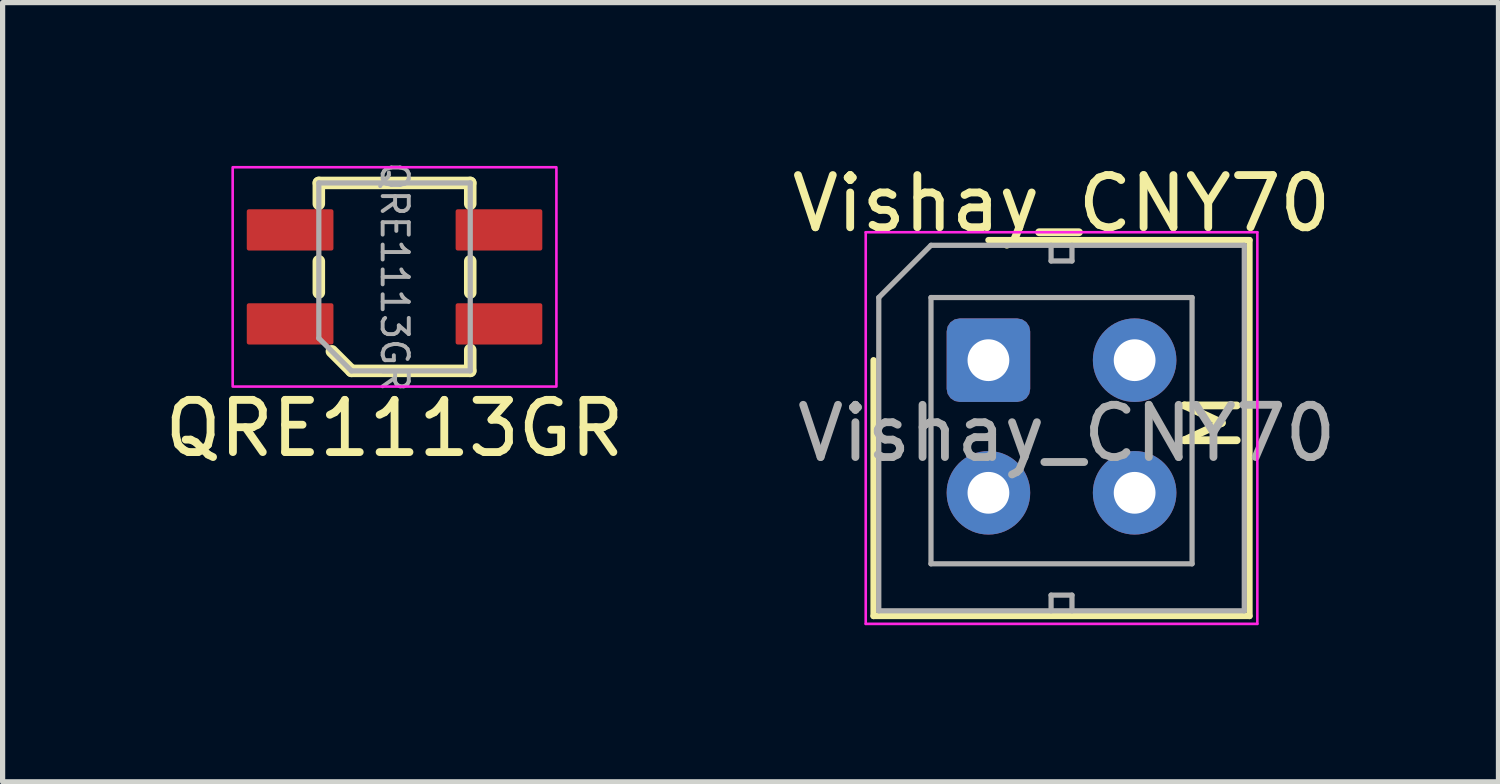
<source format=kicad_pcb>
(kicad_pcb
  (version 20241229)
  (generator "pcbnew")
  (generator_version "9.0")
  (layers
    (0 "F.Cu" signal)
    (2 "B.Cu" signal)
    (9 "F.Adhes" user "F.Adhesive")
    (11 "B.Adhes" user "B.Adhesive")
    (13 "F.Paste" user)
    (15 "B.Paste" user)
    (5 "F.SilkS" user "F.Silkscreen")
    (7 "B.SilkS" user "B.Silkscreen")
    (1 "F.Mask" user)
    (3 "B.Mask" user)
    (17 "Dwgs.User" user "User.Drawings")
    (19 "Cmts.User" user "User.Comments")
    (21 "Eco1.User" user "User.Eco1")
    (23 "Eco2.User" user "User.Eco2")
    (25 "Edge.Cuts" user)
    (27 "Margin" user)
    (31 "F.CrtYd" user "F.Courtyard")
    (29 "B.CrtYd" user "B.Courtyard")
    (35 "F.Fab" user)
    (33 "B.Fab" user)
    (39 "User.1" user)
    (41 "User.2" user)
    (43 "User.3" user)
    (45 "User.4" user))
  (footprint "Vishay_CNY70"
    (layer "F.Cu")
    (at 15.88 3.848)
    (property "Reference" "Vishay_CNY70" (at 1.4 -3 0) (layer "F.SilkS") (effects (font (size 1 1) (thickness 0.15))))
    (attr through_hole)
    (fp_line (start -2.2 0) (end -2.2 4.9) (stroke (width 0.12) (type solid)) (layer "F.SilkS"))
    (fp_line (start -2.2 4.9) (end 5 4.9) (stroke (width 0.12) (type solid)) (layer "F.SilkS"))
    (fp_line (start 5 -2.3) (end 0 -2.3) (stroke (width 0.12) (type solid)) (layer "F.SilkS"))
    (fp_line (start 5 4.9) (end 5 -2.3) (stroke (width 0.12) (type solid)) (layer "F.SilkS"))
    (fp_line (start -2.35 -2.45) (end -2.35 5.05) (stroke (width 0.05) (type solid)) (layer "F.CrtYd"))
    (fp_line (start -2.35 -2.45) (end 5.15 -2.45) (stroke (width 0.05) (type solid)) (layer "F.CrtYd"))
    (fp_line (start 5.15 5.05) (end -2.35 5.05) (stroke (width 0.05) (type solid)) (layer "F.CrtYd"))
    (fp_line (start 5.15 5.05) (end 5.15 -2.45) (stroke (width 0.05) (type solid)) (layer "F.CrtYd"))
    (fp_line (start -2.1 -1.2) (end -1.1 -2.2) (stroke (width 0.1) (type solid)) (layer "F.Fab"))
    (fp_line (start -2.1 4.8) (end -2.1 -1.2) (stroke (width 0.1) (type solid)) (layer "F.Fab"))
    (fp_line (start -1.1 -2.2) (end 4.9 -2.2) (stroke (width 0.1) (type solid)) (layer "F.Fab"))
    (fp_line (start -1.1 -1.2) (end -1.1 3.9) (stroke (width 0.1) (type solid)) (layer "F.Fab"))
    (fp_line (start -1.1 3.9) (end 3.9 3.9) (stroke (width 0.1) (type solid)) (layer "F.Fab"))
    (fp_line (start 1.2 -2.2) (end 1.2 -1.9) (stroke (width 0.1) (type solid)) (layer "F.Fab"))
    (fp_line (start 1.2 -1.9) (end 1.6 -1.9) (stroke (width 0.1) (type solid)) (layer "F.Fab"))
    (fp_line (start 1.2 4.5) (end 1.2 4.8) (stroke (width 0.1) (type solid)) (layer "F.Fab"))
    (fp_line (start 1.6 -1.9) (end 1.6 -2.2) (stroke (width 0.1) (type solid)) (layer "F.Fab"))
    (fp_line (start 1.6 4.5) (end 1.2 4.5) (stroke (width 0.1) (type solid)) (layer "F.Fab"))
    (fp_line (start 1.6 4.8) (end 1.6 4.5) (stroke (width 0.1) (type solid)) (layer "F.Fab"))
    (fp_line (start 3.9 -1.2) (end -1.1 -1.2) (stroke (width 0.1) (type solid)) (layer "F.Fab"))
    (fp_line (start 3.9 3.9) (end 3.9 -1.2) (stroke (width 0.1) (type solid)) (layer "F.Fab"))
    (fp_line (start 4.9 -2.2) (end 4.9 4.8) (stroke (width 0.1) (type solid)) (layer "F.Fab"))
    (fp_line (start 4.9 4.8) (end -2.1 4.8) (stroke (width 0.1) (type solid)) (layer "F.Fab"))
    (fp_text user "M" (at 4.3 1.2 90) (unlocked yes) (layer "F.SilkS") (effects (font (size 1 1) (thickness 0.15))))
    (fp_text user "${REFERENCE}" (at 1.5 1.4 0) (layer "F.Fab") (effects (font (size 1 1) (thickness 0.15))))
    (pad "1" thru_hole roundrect (at 0 0) (size 1.6 1.6) (drill 0.8) (layers "*.Cu" "*.Mask") (roundrect_rratio 0.156))
    (pad "2" thru_hole circle (at 0 2.54) (size 1.6 1.6) (drill 0.8) (layers "*.Cu" "*.Mask"))
    (pad "3" thru_hole circle (at 2.8 2.54) (size 1.6 1.6) (drill 0.8) (layers "*.Cu" "*.Mask"))
    (pad "4" thru_hole circle (at 2.8 0) (size 1.6 1.6) (drill 0.8) (layers "*.Cu" "*.Mask")))
  (footprint "QRE1113GR"
    (layer "F.Cu")
    (at 4.506 2.253)
    (property "Reference" "QRE1113GR" (at 0 2.9 0) (unlocked yes) (layer "F.SilkS") (effects (font (size 1 1) (thickness 0.15))))
    (attr smd)
    (fp_line (start -1.45 -1.8) (end -1.45 -1.4) (stroke (width 0.24) (type solid)) (layer "F.SilkS"))
    (fp_line (start -1.45 -1.8) (end 1.45 -1.8) (stroke (width 0.24) (type solid)) (layer "F.SilkS"))
    (fp_line (start -1.45 -0.3) (end -1.45 0.3) (stroke (width 0.24) (type solid)) (layer "F.SilkS"))
    (fp_line (start -0.825 1.8) (end -1.2 1.425) (stroke (width 0.24) (type solid)) (layer "F.SilkS"))
    (fp_line (start 1.45 -1.8) (end 1.45 -1.4) (stroke (width 0.24) (type solid)) (layer "F.SilkS"))
    (fp_line (start 1.45 -0.3) (end 1.45 0.3) (stroke (width 0.24) (type solid)) (layer "F.SilkS"))
    (fp_line (start 1.45 1.4) (end 1.45 1.8) (stroke (width 0.24) (type solid)) (layer "F.SilkS"))
    (fp_line (start 1.45 1.8) (end -0.825 1.8) (stroke (width 0.24) (type solid)) (layer "F.SilkS"))
    (fp_rect (start -3.1 -2.1) (end 3.1 2.1) (stroke (width 0.05) (type solid)) (fill no) (layer "F.CrtYd"))
    (fp_line (start -1.45 -1.8) (end 1.45 -1.8) (stroke (width 0.1) (type solid)) (layer "F.Fab"))
    (fp_line (start -1.45 1.175) (end -1.45 -1.8) (stroke (width 0.1) (type solid)) (layer "F.Fab"))
    (fp_line (start -0.825 1.8) (end -1.45 1.175) (stroke (width 0.1) (type solid)) (layer "F.Fab"))
    (fp_line (start 1.45 -1.8) (end 1.45 1.8) (stroke (width 0.1) (type solid)) (layer "F.Fab"))
    (fp_line (start 1.45 1.8) (end -0.825 1.8) (stroke (width 0.1) (type solid)) (layer "F.Fab"))
    (fp_text user "${REFERENCE}" (at 0 0 270) (unlocked yes) (layer "F.Fab") (effects (font (size 0.5 0.5) (thickness 0.075))))
    (pad "1" smd roundrect (at -2 0.9) (size 1.66 0.79) (layers "F.Cu" "F.Mask" "F.Paste") (roundrect_rratio 0.05))
    (pad "2" smd roundrect (at 2 0.9) (size 1.66 0.79) (layers "F.Cu" "F.Mask" "F.Paste") (roundrect_rratio 0.05))
    (pad "3" smd roundrect (at 2 -0.9) (size 1.66 0.79) (layers "F.Cu" "F.Mask" "F.Paste") (roundrect_rratio 0.05))
    (pad "4" smd roundrect (at -2 -0.9) (size 1.66 0.79) (layers "F.Cu" "F.Mask" "F.Paste") (roundrect_rratio 0.05)))
  (gr_rect
    (start -3 -3)
    (end 25.648 11.923)
    (stroke (width 0.1) (type default))
    (fill no)
    (layer "Edge.Cuts")))
</source>
